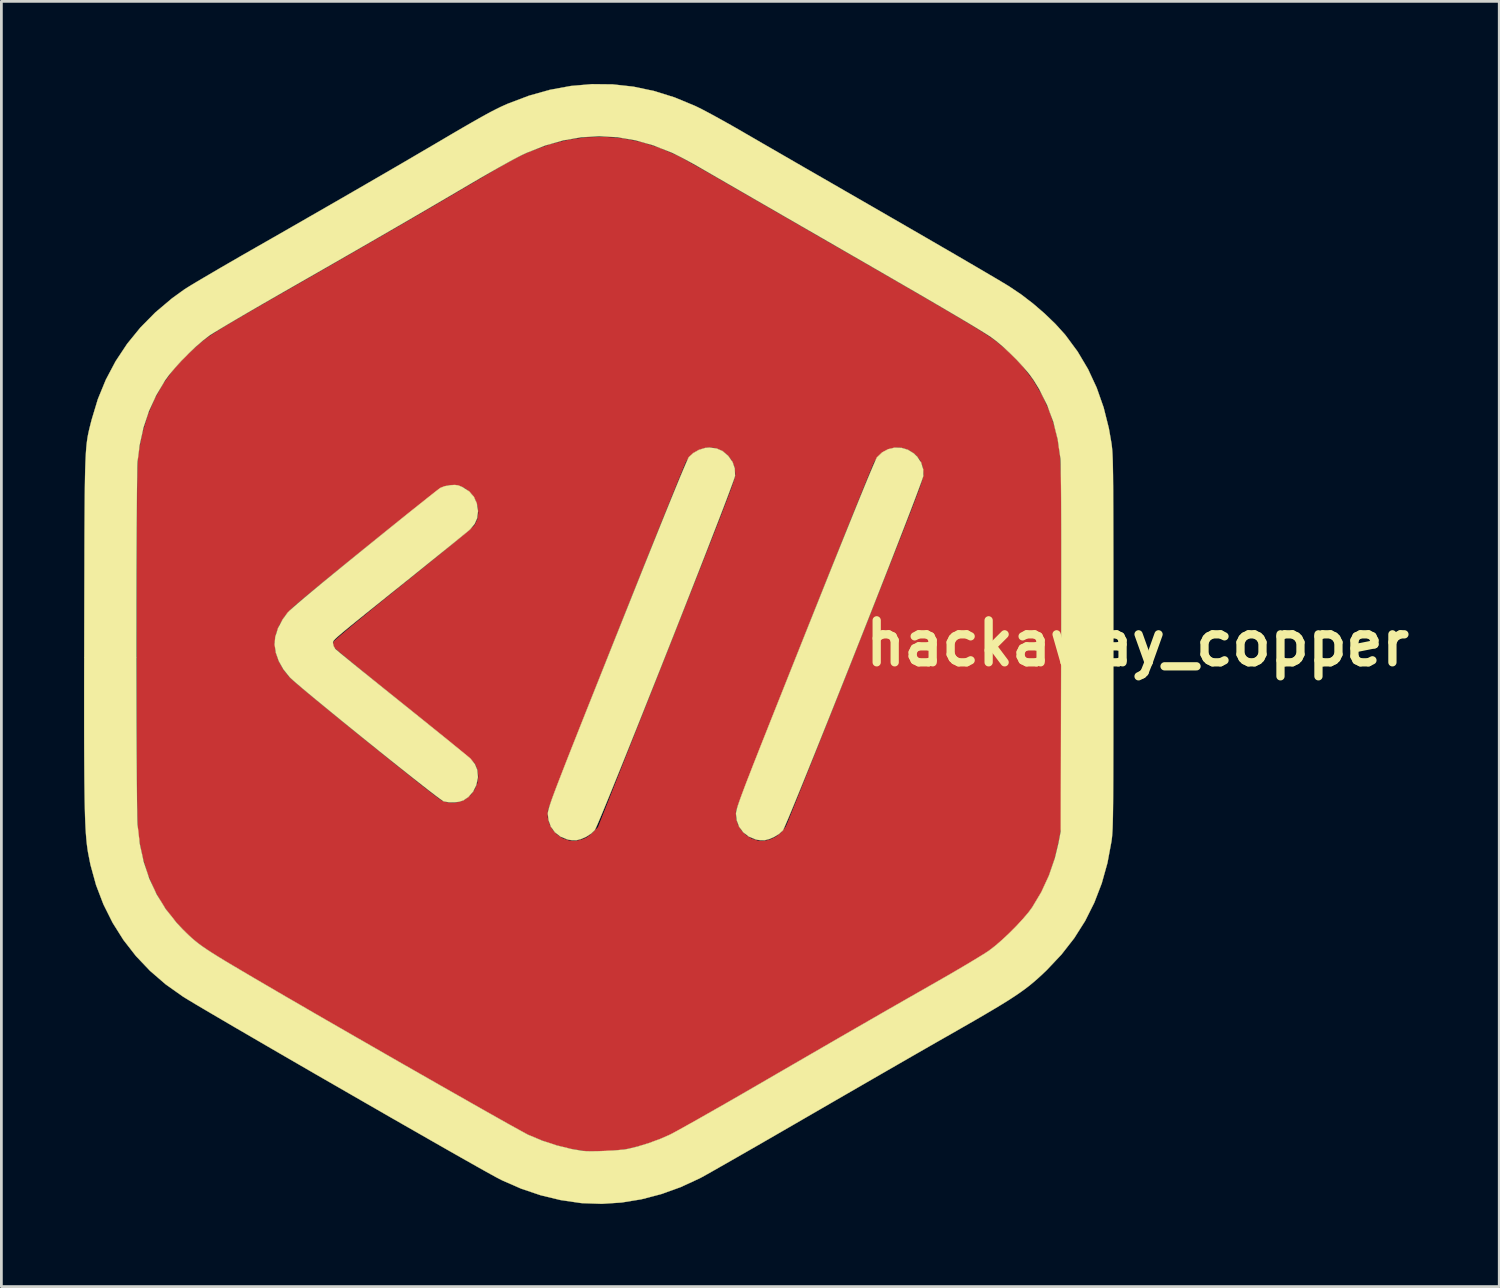
<source format=kicad_pcb>
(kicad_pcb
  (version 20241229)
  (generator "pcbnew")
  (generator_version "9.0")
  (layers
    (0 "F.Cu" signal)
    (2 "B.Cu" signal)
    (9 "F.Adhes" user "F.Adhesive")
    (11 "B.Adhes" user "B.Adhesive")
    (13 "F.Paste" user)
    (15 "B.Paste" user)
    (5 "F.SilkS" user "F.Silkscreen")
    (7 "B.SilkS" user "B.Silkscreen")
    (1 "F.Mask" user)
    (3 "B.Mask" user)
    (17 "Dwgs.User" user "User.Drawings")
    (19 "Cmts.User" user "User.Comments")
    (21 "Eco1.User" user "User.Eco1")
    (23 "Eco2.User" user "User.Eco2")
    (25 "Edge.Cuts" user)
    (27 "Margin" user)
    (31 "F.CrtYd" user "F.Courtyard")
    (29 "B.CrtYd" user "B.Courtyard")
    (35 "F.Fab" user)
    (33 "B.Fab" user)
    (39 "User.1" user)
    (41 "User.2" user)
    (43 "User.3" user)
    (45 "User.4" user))
  (footprint "hackaway_copper"
    (layer "F.Cu")
    (at 38.249 20.306)
    (property "Reference" "hackaway_copper" (at 0 0 0) (layer "F.SilkS") (effects (font (size 1.524 1.524) (thickness 0.3))))
    (attr through_hole)
    (fp_poly (pts (xy -8.574 -7.098) (xy -8.339 -7.028) (xy -8.123 -6.896) (xy -7.999 -6.777) (xy -7.856 -6.562) (xy -7.784 -6.321) (xy -7.778 -6.08) (xy -7.794 -6.021) (xy -7.836 -5.897) (xy -7.903 -5.713) (xy -7.992 -5.472) (xy -8.102 -5.179) (xy -8.232 -4.838) (xy -8.38 -4.454) (xy -8.544 -4.03) (xy -8.722 -3.572) (xy -8.912 -3.083) (xy -9.114 -2.567) (xy -9.325 -2.029) (xy -9.543 -1.474) (xy -9.767 -0.905) (xy -9.996 -0.326) (xy -10.227 0.257) (xy -10.458 0.841) (xy -10.689 1.422) (xy -10.917 1.995) (xy -11.14 2.555) (xy -11.358 3.099) (xy -11.568 3.623) (xy -11.768 4.121) (xy -11.958 4.591) (xy -12.134 5.026) (xy -12.296 5.424) (xy -12.442 5.78) (xy -12.57 6.09) (xy -12.678 6.349) (xy -12.765 6.552) (xy -12.829 6.697) (xy -12.869 6.778) (xy -12.877 6.793) (xy -13.007 6.913) (xy -13.181 7.023) (xy -13.372 7.107) (xy -13.54 7.149) (xy -13.671 7.151) (xy -13.82 7.131) (xy -13.87 7.119) (xy -14.116 7.016) (xy -14.317 6.859) (xy -14.466 6.657) (xy -14.555 6.419) (xy -14.579 6.189) (xy -14.577 6.157) (xy -14.572 6.12) (xy -14.563 6.074) (xy -14.548 6.015) (xy -14.527 5.942) (xy -14.497 5.85) (xy -14.458 5.738) (xy -14.409 5.601) (xy -14.348 5.437) (xy -14.275 5.242) (xy -14.188 5.014) (xy -14.085 4.75) (xy -13.967 4.446) (xy -13.83 4.099) (xy -13.676 3.707) (xy -13.501 3.266) (xy -13.306 2.773) (xy -13.088 2.225) (xy -12.847 1.619) (xy -12.582 0.952) (xy -12.291 0.221) (xy -12.07 -0.334) (xy -11.715 -1.224) (xy -11.386 -2.048) (xy -11.082 -2.808) (xy -10.803 -3.502) (xy -10.55 -4.13) (xy -10.323 -4.692) (xy -10.122 -5.188) (xy -9.947 -5.616) (xy -9.799 -5.977) (xy -9.676 -6.27) (xy -9.581 -6.494) (xy -9.512 -6.65) (xy -9.47 -6.738) (xy -9.459 -6.755) (xy -9.271 -6.933) (xy -9.052 -7.05) (xy -8.816 -7.105) (xy -8.574 -7.098)) (stroke (width 0.01) (type solid)) (fill yes) (layer "F.SilkS"))
    (fp_poly (pts (xy -15.292 -7.077) (xy -15.074 -6.985) (xy -14.879 -6.824) (xy -14.853 -6.796) (xy -14.703 -6.583) (xy -14.623 -6.352) (xy -14.612 -6.094) (xy -14.613 -6.08) (xy -14.629 -6.021) (xy -14.671 -5.898) (xy -14.738 -5.714) (xy -14.827 -5.473) (xy -14.937 -5.18) (xy -15.067 -4.839) (xy -15.215 -4.455) (xy -15.379 -4.032) (xy -15.557 -3.573) (xy -15.747 -3.084) (xy -15.949 -2.568) (xy -16.16 -2.03) (xy -16.378 -1.475) (xy -16.602 -0.906) (xy -16.83 -0.327) (xy -17.061 0.256) (xy -17.292 0.84) (xy -17.523 1.421) (xy -17.751 1.993) (xy -17.974 2.554) (xy -18.191 3.097) (xy -18.401 3.621) (xy -18.601 4.119) (xy -18.79 4.587) (xy -18.967 5.022) (xy -19.128 5.42) (xy -19.274 5.775) (xy -19.401 6.083) (xy -19.509 6.341) (xy -19.595 6.544) (xy -19.659 6.687) (xy -19.697 6.766) (xy -19.705 6.779) (xy -19.838 6.908) (xy -20.017 7.024) (xy -20.214 7.11) (xy -20.376 7.149) (xy -20.506 7.151) (xy -20.655 7.131) (xy -20.706 7.119) (xy -20.954 7.016) (xy -21.154 6.859) (xy -21.301 6.656) (xy -21.388 6.415) (xy -21.41 6.194) (xy -21.409 6.163) (xy -21.405 6.127) (xy -21.397 6.083) (xy -21.384 6.029) (xy -21.365 5.961) (xy -21.338 5.876) (xy -21.303 5.771) (xy -21.258 5.644) (xy -21.201 5.49) (xy -21.133 5.308) (xy -21.051 5.093) (xy -20.954 4.843) (xy -20.842 4.554) (xy -20.713 4.224) (xy -20.566 3.85) (xy -20.399 3.428) (xy -20.212 2.956) (xy -20.003 2.429) (xy -19.771 1.846) (xy -19.515 1.203) (xy -19.234 0.497) (xy -18.927 -0.275) (xy -18.902 -0.336) (xy -18.543 -1.237) (xy -18.21 -2.071) (xy -17.904 -2.837) (xy -17.623 -3.536) (xy -17.369 -4.167) (xy -17.142 -4.73) (xy -16.941 -5.224) (xy -16.767 -5.65) (xy -16.62 -6.008) (xy -16.499 -6.296) (xy -16.405 -6.516) (xy -16.338 -6.667) (xy -16.299 -6.748) (xy -16.291 -6.761) (xy -16.128 -6.91) (xy -15.921 -7.026) (xy -15.696 -7.094) (xy -15.548 -7.108) (xy -15.292 -7.077)) (stroke (width 0.01) (type solid)) (fill yes) (layer "F.SilkS"))
    (fp_poly (pts (xy -24.671 -5.735) (xy -24.556 -5.694) (xy -24.488 -5.662) (xy -24.263 -5.514) (xy -24.095 -5.319) (xy -23.989 -5.084) (xy -23.946 -4.814) (xy -23.946 -4.781) (xy -23.975 -4.543) (xy -24.067 -4.334) (xy -24.229 -4.142) (xy -24.246 -4.126) (xy -24.301 -4.079) (xy -24.41 -3.989) (xy -24.568 -3.86) (xy -24.768 -3.696) (xy -25.007 -3.502) (xy -25.28 -3.282) (xy -25.58 -3.04) (xy -25.904 -2.779) (xy -26.246 -2.503) (xy -26.574 -2.24) (xy -27.026 -1.878) (xy -27.423 -1.559) (xy -27.769 -1.282) (xy -28.067 -1.042) (xy -28.321 -0.837) (xy -28.535 -0.664) (xy -28.711 -0.519) (xy -28.854 -0.401) (xy -28.967 -0.305) (xy -29.053 -0.23) (xy -29.117 -0.171) (xy -29.16 -0.126) (xy -29.188 -0.093) (xy -29.204 -0.067) (xy -29.21 -0.046) (xy -29.211 -0.027) (xy -29.21 -0.007) (xy -29.21 0.000256) (xy -29.185 0.105) (xy -29.126 0.202) (xy -29.084 0.239) (xy -28.989 0.32) (xy -28.844 0.44) (xy -28.654 0.595) (xy -28.425 0.782) (xy -28.16 0.997) (xy -27.864 1.236) (xy -27.542 1.496) (xy -27.198 1.773) (xy -26.837 2.063) (xy -26.707 2.167) (xy -26.339 2.463) (xy -25.985 2.747) (xy -25.65 3.018) (xy -25.338 3.27) (xy -25.054 3.499) (xy -24.804 3.703) (xy -24.591 3.877) (xy -24.421 4.016) (xy -24.298 4.118) (xy -24.227 4.179) (xy -24.216 4.189) (xy -24.058 4.383) (xy -23.969 4.599) (xy -23.948 4.845) (xy -23.95 4.883) (xy -24.005 5.146) (xy -24.121 5.381) (xy -24.291 5.576) (xy -24.474 5.701) (xy -24.622 5.75) (xy -24.809 5.774) (xy -25.003 5.771) (xy -25.171 5.741) (xy -25.196 5.733) (xy -25.249 5.7) (xy -25.355 5.624) (xy -25.509 5.509) (xy -25.705 5.359) (xy -25.938 5.177) (xy -26.204 4.968) (xy -26.498 4.736) (xy -26.813 4.486) (xy -27.146 4.22) (xy -27.492 3.943) (xy -27.844 3.66) (xy -28.199 3.374) (xy -28.551 3.089) (xy -28.895 2.81) (xy -29.225 2.54) (xy -29.538 2.283) (xy -29.828 2.045) (xy -30.09 1.828) (xy -30.318 1.637) (xy -30.508 1.475) (xy -30.655 1.348) (xy -30.754 1.258) (xy -30.788 1.224) (xy -31.015 0.938) (xy -31.183 0.638) (xy -31.288 0.333) (xy -31.329 0.032) (xy -31.306 -0.233) (xy -31.204 -0.555) (xy -31.033 -0.875) (xy -30.858 -1.112) (xy -30.788 -1.183) (xy -30.661 -1.299) (xy -30.475 -1.461) (xy -30.232 -1.667) (xy -29.932 -1.918) (xy -29.576 -2.213) (xy -29.163 -2.551) (xy -28.695 -2.933) (xy -28.171 -3.358) (xy -28.058 -3.449) (xy -27.671 -3.762) (xy -27.298 -4.063) (xy -26.943 -4.349) (xy -26.612 -4.615) (xy -26.308 -4.858) (xy -26.036 -5.075) (xy -25.801 -5.262) (xy -25.606 -5.416) (xy -25.456 -5.534) (xy -25.355 -5.611) (xy -25.309 -5.644) (xy -25.162 -5.703) (xy -24.973 -5.739) (xy -24.933 -5.743) (xy -24.784 -5.75) (xy -24.671 -5.735)) (stroke (width 0.01) (type solid)) (fill yes) (layer "F.SilkS"))
    (fp_poly (pts (xy -19.055 -20.293) (xy -18.302 -20.21) (xy -17.553 -20.052) (xy -16.809 -19.82) (xy -16.071 -19.514) (xy -15.968 -19.465) (xy -15.802 -19.382) (xy -15.584 -19.267) (xy -15.329 -19.129) (xy -15.049 -18.974) (xy -14.758 -18.811) (xy -14.469 -18.646) (xy -14.381 -18.595) (xy -14.185 -18.481) (xy -13.93 -18.334) (xy -13.626 -18.157) (xy -13.277 -17.956) (xy -12.892 -17.734) (xy -12.477 -17.494) (xy -12.039 -17.241) (xy -11.585 -16.98) (xy -11.123 -16.714) (xy -10.659 -16.446) (xy -10.365 -16.277) (xy -9.631 -15.854) (xy -8.938 -15.454) (xy -8.287 -15.078) (xy -7.68 -14.727) (xy -7.121 -14.403) (xy -6.61 -14.107) (xy -6.151 -13.839) (xy -5.745 -13.602) (xy -5.395 -13.396) (xy -5.102 -13.224) (xy -4.87 -13.085) (xy -4.699 -12.982) (xy -4.66 -12.958) (xy -4.227 -12.667) (xy -3.792 -12.333) (xy -3.371 -11.97) (xy -2.982 -11.595) (xy -2.646 -11.224) (xy -2.612 -11.183) (xy -2.175 -10.591) (xy -1.798 -9.956) (xy -1.484 -9.28) (xy -1.232 -8.564) (xy -1.042 -7.808) (xy -0.947 -7.263) (xy -0.939 -7.2) (xy -0.931 -7.135) (xy -0.924 -7.063) (xy -0.917 -6.982) (xy -0.911 -6.888) (xy -0.906 -6.777) (xy -0.901 -6.647) (xy -0.897 -6.493) (xy -0.894 -6.312) (xy -0.89 -6.101) (xy -0.888 -5.856) (xy -0.885 -5.575) (xy -0.884 -5.252) (xy -0.882 -4.886) (xy -0.881 -4.472) (xy -0.88 -4.007) (xy -0.879 -3.488) (xy -0.878 -2.911) (xy -0.878 -2.273) (xy -0.878 -1.57) (xy -0.878 -0.799) (xy -0.878 -0.037) (xy -0.878 0.798) (xy -0.878 1.563) (xy -0.878 2.26) (xy -0.879 2.892) (xy -0.879 3.464) (xy -0.88 3.978) (xy -0.881 4.438) (xy -0.882 4.847) (xy -0.884 5.209) (xy -0.886 5.528) (xy -0.888 5.806) (xy -0.891 6.047) (xy -0.894 6.255) (xy -0.898 6.433) (xy -0.902 6.585) (xy -0.906 6.714) (xy -0.912 6.823) (xy -0.918 6.915) (xy -0.924 6.996) (xy -0.931 7.066) (xy -0.939 7.131) (xy -0.947 7.188) (xy -1.093 7.972) (xy -1.3 8.713) (xy -1.57 9.414) (xy -1.902 10.077) (xy -2.299 10.704) (xy -2.761 11.296) (xy -3.29 11.857) (xy -3.329 11.895) (xy -3.483 12.041) (xy -3.631 12.176) (xy -3.777 12.303) (xy -3.927 12.427) (xy -4.087 12.549) (xy -4.261 12.675) (xy -4.456 12.808) (xy -4.676 12.951) (xy -4.927 13.107) (xy -5.214 13.28) (xy -5.542 13.474) (xy -5.918 13.693) (xy -6.346 13.938) (xy -6.831 14.216) (xy -7.06 14.346) (xy -7.291 14.477) (xy -7.58 14.643) (xy -7.92 14.838) (xy -8.305 15.059) (xy -8.728 15.303) (xy -9.182 15.564) (xy -9.66 15.84) (xy -10.157 16.127) (xy -10.665 16.42) (xy -11.177 16.716) (xy -11.688 17.012) (xy -11.972 17.176) (xy -12.452 17.454) (xy -12.921 17.725) (xy -13.373 17.986) (xy -13.803 18.234) (xy -14.208 18.466) (xy -14.581 18.68) (xy -14.919 18.873) (xy -15.216 19.042) (xy -15.467 19.185) (xy -15.668 19.298) (xy -15.814 19.379) (xy -15.898 19.424) (xy -16.592 19.744) (xy -17.3 19.998) (xy -18.017 20.185) (xy -18.735 20.302) (xy -19.449 20.349) (xy -20.153 20.325) (xy -20.227 20.318) (xy -20.947 20.212) (xy -21.669 20.038) (xy -22.378 19.799) (xy -23.059 19.501) (xy -23.169 19.445) (xy -23.295 19.379) (xy -23.48 19.277) (xy -23.72 19.144) (xy -24.012 18.98) (xy -24.35 18.789) (xy -24.73 18.574) (xy -25.148 18.336) (xy -25.598 18.079) (xy -26.077 17.805) (xy -26.581 17.517) (xy -27.103 17.218) (xy -27.64 16.909) (xy -28.188 16.594) (xy -28.742 16.275) (xy -29.297 15.955) (xy -29.85 15.637) (xy -30.394 15.322) (xy -30.926 15.014) (xy -31.442 14.715) (xy -31.937 14.427) (xy -32.406 14.154) (xy -32.845 13.899) (xy -33.249 13.662) (xy -33.614 13.448) (xy -33.935 13.259) (xy -34.209 13.097) (xy -34.429 12.965) (xy -34.592 12.865) (xy -34.664 12.82) (xy -35.287 12.379) (xy -35.855 11.888) (xy -36.366 11.35) (xy -36.819 10.767) (xy -37.212 10.142) (xy -37.544 9.477) (xy -37.812 8.775) (xy -38.015 8.038) (xy -38.101 7.601) (xy -38.12 7.484) (xy -38.137 7.359) (xy -38.153 7.225) (xy -38.167 7.076) (xy -38.18 6.911) (xy -38.192 6.725) (xy -38.202 6.515) (xy -38.211 6.277) (xy -38.218 6.009) (xy -38.225 5.706) (xy -38.23 5.365) (xy -38.235 4.984) (xy -38.238 4.558) (xy -38.241 4.083) (xy -38.243 3.558) (xy -38.244 2.977) (xy -38.244 2.338) (xy -38.244 1.637) (xy -38.243 0.871) (xy -38.241 0.037) (xy -38.241 -0.123) (xy -36.345 -0.123) (xy -36.345 0.501) (xy -36.344 1.12) (xy -36.343 1.731) (xy -36.342 2.328) (xy -36.341 2.906) (xy -36.339 3.461) (xy -36.337 3.987) (xy -36.334 4.479) (xy -36.332 4.933) (xy -36.328 5.344) (xy -36.325 5.706) (xy -36.321 6.015) (xy -36.317 6.267) (xy -36.312 6.455) (xy -36.307 6.575) (xy -36.306 6.589) (xy -36.225 7.282) (xy -36.083 7.931) (xy -35.881 8.539) (xy -35.616 9.108) (xy -35.289 9.639) (xy -34.898 10.134) (xy -34.664 10.384) (xy -34.547 10.5) (xy -34.438 10.605) (xy -34.33 10.704) (xy -34.217 10.8) (xy -34.095 10.897) (xy -33.957 10.998) (xy -33.799 11.107) (xy -33.615 11.227) (xy -33.399 11.363) (xy -33.146 11.518) (xy -32.85 11.695) (xy -32.507 11.898) (xy -32.11 12.132) (xy -31.654 12.399) (xy -31.629 12.413) (xy -31.243 12.639) (xy -30.824 12.883) (xy -30.376 13.142) (xy -29.904 13.416) (xy -29.412 13.7) (xy -28.904 13.992) (xy -28.385 14.291) (xy -27.859 14.593) (xy -27.331 14.896) (xy -26.805 15.198) (xy -26.285 15.495) (xy -25.775 15.786) (xy -25.281 16.068) (xy -24.806 16.338) (xy -24.355 16.594) (xy -23.933 16.834) (xy -23.542 17.055) (xy -23.189 17.254) (xy -22.878 17.429) (xy -22.612 17.577) (xy -22.396 17.696) (xy -22.235 17.784) (xy -22.132 17.838) (xy -22.113 17.847) (xy -21.618 18.054) (xy -21.09 18.227) (xy -20.56 18.358) (xy -20.133 18.429) (xy -19.992 18.439) (xy -19.796 18.441) (xy -19.563 18.437) (xy -19.311 18.428) (xy -19.061 18.415) (xy -18.83 18.397) (xy -18.637 18.376) (xy -18.527 18.359) (xy -18.146 18.268) (xy -17.736 18.142) (xy -17.327 17.991) (xy -16.977 17.838) (xy -16.882 17.789) (xy -16.728 17.706) (xy -16.521 17.592) (xy -16.266 17.449) (xy -15.968 17.282) (xy -15.635 17.092) (xy -15.27 16.884) (xy -14.879 16.661) (xy -14.469 16.425) (xy -14.045 16.18) (xy -13.765 16.018) (xy -13.076 15.618) (xy -12.445 15.253) (xy -11.867 14.918) (xy -11.334 14.61) (xy -10.842 14.325) (xy -10.382 14.06) (xy -9.95 13.811) (xy -9.54 13.575) (xy -9.144 13.347) (xy -8.756 13.125) (xy -8.372 12.905) (xy -7.983 12.683) (xy -7.585 12.456) (xy -7.228 12.252) (xy -6.91 12.07) (xy -6.598 11.889) (xy -6.302 11.715) (xy -6.03 11.553) (xy -5.792 11.409) (xy -5.596 11.288) (xy -5.452 11.195) (xy -5.397 11.158) (xy -5.17 10.984) (xy -4.92 10.768) (xy -4.66 10.525) (xy -4.406 10.27) (xy -4.171 10.016) (xy -3.969 9.778) (xy -3.823 9.581) (xy -3.493 9.029) (xy -3.218 8.432) (xy -3.003 7.803) (xy -2.869 7.244) (xy -2.787 6.817) (xy -2.774 0.261) (xy -2.772 -0.681) (xy -2.771 -1.55) (xy -2.77 -2.347) (xy -2.77 -3.074) (xy -2.77 -3.73) (xy -2.771 -4.319) (xy -2.773 -4.841) (xy -2.775 -5.296) (xy -2.778 -5.688) (xy -2.782 -6.016) (xy -2.786 -6.283) (xy -2.79 -6.489) (xy -2.795 -6.636) (xy -2.801 -6.721) (xy -2.898 -7.4) (xy -3.058 -8.04) (xy -3.282 -8.647) (xy -3.572 -9.227) (xy -3.781 -9.567) (xy -3.939 -9.784) (xy -4.145 -10.028) (xy -4.382 -10.285) (xy -4.637 -10.539) (xy -4.894 -10.777) (xy -5.139 -10.982) (xy -5.324 -11.119) (xy -5.445 -11.199) (xy -5.608 -11.301) (xy -5.813 -11.428) (xy -6.064 -11.58) (xy -6.363 -11.758) (xy -6.712 -11.964) (xy -7.113 -12.2) (xy -7.568 -12.466) (xy -8.08 -12.764) (xy -8.651 -13.094) (xy -9.283 -13.46) (xy -9.842 -13.783) (xy -10.682 -14.267) (xy -11.458 -14.715) (xy -12.171 -15.126) (xy -12.822 -15.501) (xy -13.412 -15.842) (xy -13.942 -16.147) (xy -14.412 -16.419) (xy -14.824 -16.657) (xy -15.179 -16.862) (xy -15.477 -17.034) (xy -15.72 -17.174) (xy -15.908 -17.283) (xy -15.95 -17.307) (xy -16.173 -17.433) (xy -16.409 -17.561) (xy -16.636 -17.68) (xy -16.833 -17.778) (xy -16.921 -17.819) (xy -17.578 -18.078) (xy -18.232 -18.263) (xy -18.885 -18.374) (xy -19.538 -18.41) (xy -20.191 -18.373) (xy -20.847 -18.26) (xy -21.506 -18.073) (xy -22.169 -17.812) (xy -22.356 -17.726) (xy -22.496 -17.655) (xy -22.691 -17.552) (xy -22.929 -17.421) (xy -23.201 -17.269) (xy -23.497 -17.101) (xy -23.807 -16.923) (xy -24.12 -16.74) (xy -24.205 -16.69) (xy -24.849 -16.312) (xy -25.527 -15.915) (xy -26.244 -15.497) (xy -27.003 -15.057) (xy -27.809 -14.591) (xy -28.667 -14.097) (xy -29.579 -13.573) (xy -30.551 -13.017) (xy -31.012 -12.753) (xy -31.407 -12.526) (xy -31.791 -12.305) (xy -32.157 -12.093) (xy -32.5 -11.893) (xy -32.813 -11.709) (xy -33.09 -11.545) (xy -33.325 -11.404) (xy -33.512 -11.291) (xy -33.644 -11.208) (xy -33.701 -11.17) (xy -33.931 -10.993) (xy -34.186 -10.773) (xy -34.45 -10.523) (xy -34.71 -10.26) (xy -34.95 -9.996) (xy -35.158 -9.747) (xy -35.307 -9.543) (xy -35.63 -8.999) (xy -35.89 -8.432) (xy -36.089 -7.833) (xy -36.229 -7.195) (xy -36.305 -6.611) (xy -36.31 -6.518) (xy -36.315 -6.355) (xy -36.319 -6.127) (xy -36.323 -5.839) (xy -36.327 -5.497) (xy -36.33 -5.104) (xy -36.333 -4.665) (xy -36.336 -4.187) (xy -36.338 -3.673) (xy -36.34 -3.129) (xy -36.342 -2.559) (xy -36.343 -1.969) (xy -36.344 -1.363) (xy -36.344 -0.746) (xy -36.345 -0.123) (xy -38.241 -0.123) (xy -38.24 -0.654) (xy -38.238 -1.466) (xy -38.236 -2.208) (xy -38.234 -2.882) (xy -38.233 -3.493) (xy -38.231 -4.044) (xy -38.228 -4.539) (xy -38.225 -4.982) (xy -38.222 -5.376) (xy -38.217 -5.725) (xy -38.212 -6.034) (xy -38.206 -6.305) (xy -38.198 -6.543) (xy -38.189 -6.75) (xy -38.179 -6.932) (xy -38.167 -7.092) (xy -38.154 -7.232) (xy -38.138 -7.358) (xy -38.121 -7.473) (xy -38.101 -7.581) (xy -38.079 -7.685) (xy -38.055 -7.789) (xy -38.028 -7.897) (xy -37.999 -8.012) (xy -37.97 -8.124) (xy -37.746 -8.866) (xy -37.456 -9.572) (xy -37.102 -10.241) (xy -36.684 -10.872) (xy -36.203 -11.463) (xy -35.659 -12.014) (xy -35.054 -12.525) (xy -34.608 -12.847) (xy -34.511 -12.909) (xy -34.356 -13.005) (xy -34.149 -13.129) (xy -33.896 -13.279) (xy -33.604 -13.45) (xy -33.28 -13.64) (xy -32.929 -13.843) (xy -32.559 -14.057) (xy -32.175 -14.277) (xy -31.993 -14.381) (xy -30.957 -14.973) (xy -29.984 -15.532) (xy -29.069 -16.058) (xy -28.21 -16.554) (xy -27.402 -17.022) (xy -26.642 -17.464) (xy -25.927 -17.883) (xy -25.291 -18.256) (xy -24.867 -18.506) (xy -24.5 -18.72) (xy -24.183 -18.903) (xy -23.91 -19.058) (xy -23.675 -19.189) (xy -23.47 -19.3) (xy -23.288 -19.393) (xy -23.125 -19.473) (xy -22.972 -19.543) (xy -22.865 -19.59) (xy -22.099 -19.88) (xy -21.335 -20.095) (xy -20.572 -20.235) (xy -19.812 -20.301) (xy -19.055 -20.293)) (stroke (width 0.01) (type solid)) (fill yes) (layer "F.SilkS"))
    (pad "1" smd custom (at -19.5 -16.85) (size 1.524 1.524) (layers "F.Cu" "F.Mask") (options (anchor circle)) (primitives (gr_poly (pts (xy 0.805 -1.479) (xy 1.464 -1.348) (xy 2.12 -1.142) (xy 2.773 -0.862) (xy 2.849 -0.824) (xy 2.933 -0.779) (xy 3.075 -0.701) (xy 3.267 -0.593) (xy 3.503 -0.46) (xy 3.776 -0.305) (xy 4.077 -0.133) (xy 4.401 0.053) (xy 4.74 0.249) (xy 4.916 0.35) (xy 5.308 0.577) (xy 5.751 0.832) (xy 6.229 1.108) (xy 6.727 1.395) (xy 7.233 1.686) (xy 7.729 1.973) (xy 8.203 2.246) (xy 8.639 2.497) (xy 8.707 2.536) (xy 9.418 2.945) (xy 10.066 3.319) (xy 10.656 3.659) (xy 11.189 3.968) (xy 11.67 4.247) (xy 12.101 4.498) (xy 12.484 4.723) (xy 12.824 4.923) (xy 13.122 5.1) (xy 13.383 5.256) (xy 13.609 5.394) (xy 13.802 5.513) (xy 13.967 5.618) (xy 14.105 5.708) (xy 14.221 5.786) (xy 14.316 5.854) (xy 14.343 5.874) (xy 14.852 6.299) (xy 15.305 6.773) (xy 15.699 7.29) (xy 16.032 7.848) (xy 16.302 8.441) (xy 16.506 9.067) (xy 16.586 9.41) (xy 16.605 9.508) (xy 16.623 9.606) (xy 16.639 9.708) (xy 16.653 9.816) (xy 16.667 9.935) (xy 16.678 10.067) (xy 16.689 10.218) (xy 16.698 10.389) (xy 16.706 10.584) (xy 16.713 10.808) (xy 16.718 11.063) (xy 16.723 11.353) (xy 16.727 11.681) (xy 16.73 12.052) (xy 16.732 12.468) (xy 16.733 12.933) (xy 16.734 13.45) (xy 16.734 14.024) (xy 16.734 14.657) (xy 16.733 15.353) (xy 16.731 16.116) (xy 16.73 16.949) (xy 16.729 17.234) (xy 16.715 23.603) (xy 16.632 24.032) (xy 16.476 24.698) (xy 16.272 25.31) (xy 16.015 25.874) (xy 15.703 26.398) (xy 15.332 26.886) (xy 14.898 27.346) (xy 14.525 27.679) (xy 14.38 27.798) (xy 14.241 27.907) (xy 14.099 28.012) (xy 13.945 28.118) (xy 13.771 28.231) (xy 13.569 28.356) (xy 13.33 28.498) (xy 13.046 28.663) (xy 12.708 28.856) (xy 12.554 28.944) (xy 12.128 29.187) (xy 11.679 29.442) (xy 11.204 29.714) (xy 10.699 30.004) (xy 10.159 30.314) (xy 9.579 30.647) (xy 8.957 31.006) (xy 8.288 31.392) (xy 7.567 31.809) (xy 6.79 32.258) (xy 5.953 32.742) (xy 5.869 32.791) (xy 5.445 33.036) (xy 5.036 33.273) (xy 4.647 33.498) (xy 4.284 33.708) (xy 3.95 33.9) (xy 3.652 34.072) (xy 3.395 34.221) (xy 3.183 34.343) (xy 3.023 34.435) (xy 2.918 34.495) (xy 2.88 34.516) (xy 2.442 34.734) (xy 1.959 34.927) (xy 1.464 35.087) (xy 0.997 35.199) (xy 0.789 35.231) (xy 0.54 35.259) (xy 0.273 35.281) (xy 0.007 35.295) (xy -0.236 35.3) (xy -0.435 35.295) (xy -0.5 35.289) (xy -1.17 35.184) (xy -1.809 35.014) (xy -2.431 34.777) (xy -2.723 34.641) (xy -2.812 34.594) (xy -2.963 34.512) (xy -3.168 34.398) (xy -3.425 34.254) (xy -3.728 34.083) (xy -4.074 33.888) (xy -4.456 33.672) (xy -4.872 33.436) (xy -5.316 33.183) (xy -5.784 32.917) (xy -6.271 32.639) (xy -6.773 32.353) (xy -7.285 32.06) (xy -7.802 31.763) (xy -8.321 31.466) (xy -8.836 31.17) (xy -9.343 30.878) (xy -9.838 30.594) (xy -10.316 30.318) (xy -10.772 30.054) (xy -11.202 29.805) (xy -11.601 29.574) (xy -11.93 29.382) (xy -12.411 29.1) (xy -12.832 28.853) (xy -13.199 28.636) (xy -13.517 28.445) (xy -13.791 28.278) (xy -14.027 28.131) (xy -14.228 28) (xy -14.402 27.882) (xy -14.553 27.773) (xy -14.686 27.671) (xy -14.807 27.571) (xy -14.92 27.471) (xy -15.031 27.366) (xy -15.123 27.276) (xy -15.539 26.817) (xy -15.895 26.324) (xy -16.192 25.794) (xy -16.432 25.222) (xy -16.619 24.603) (xy -16.754 23.933) (xy -16.756 23.92) (xy -16.765 23.863) (xy -16.772 23.801) (xy -16.779 23.732) (xy -16.786 23.651) (xy -16.791 23.556) (xy -16.796 23.443) (xy -16.801 23.308) (xy -16.805 23.161) (xy -1.921 23.161) (xy -1.864 23.397) (xy -1.749 23.611) (xy -1.586 23.792) (xy -1.384 23.928) (xy -1.15 24.01) (xy -0.983 24.03) (xy -0.881 24.02) (xy -0.746 23.994) (xy -0.669 23.973) (xy -0.52 23.913) (xy -0.382 23.817) (xy -0.28 23.721) (xy -0.089 23.528) (xy 0.141 22.947) (xy 4.913 22.947) (xy 4.916 23.193) (xy 4.984 23.427) (xy 5.108 23.637) (xy 5.278 23.813) (xy 5.486 23.943) (xy 5.721 24.017) (xy 5.853 24.03) (xy 5.957 24.02) (xy 6.091 23.994) (xy 6.153 23.977) (xy 6.364 23.88) (xy 6.556 23.728) (xy 6.707 23.541) (xy 6.743 23.477) (xy 6.766 23.425) (xy 6.815 23.306) (xy 6.888 23.125) (xy 6.984 22.886) (xy 7.103 22.592) (xy 7.241 22.246) (xy 7.399 21.852) (xy 7.573 21.415) (xy 7.764 20.936) (xy 7.969 20.421) (xy 8.187 19.873) (xy 8.417 19.295) (xy 8.657 18.69) (xy 8.906 18.063) (xy 9.161 17.418) (xy 9.281 17.115) (xy 9.587 16.343) (xy 9.866 15.638) (xy 10.12 14.996) (xy 10.35 14.415) (xy 10.557 13.89) (xy 10.743 13.419) (xy 10.908 12.999) (xy 11.053 12.627) (xy 11.181 12.299) (xy 11.292 12.013) (xy 11.387 11.765) (xy 11.467 11.552) (xy 11.534 11.372) (xy 11.589 11.221) (xy 11.633 11.096) (xy 11.667 10.994) (xy 11.693 10.911) (xy 11.711 10.845) (xy 11.723 10.793) (xy 11.73 10.751) (xy 11.733 10.717) (xy 11.733 10.698) (xy 11.702 10.426) (xy 11.607 10.193) (xy 11.451 10.002) (xy 11.256 9.865) (xy 11.116 9.802) (xy 10.969 9.754) (xy 10.902 9.74) (xy 10.676 9.744) (xy 10.446 9.81) (xy 10.233 9.927) (xy 10.053 10.086) (xy 9.939 10.252) (xy 9.908 10.319) (xy 9.853 10.451) (xy 9.774 10.642) (xy 9.673 10.889) (xy 9.552 11.187) (xy 9.413 11.531) (xy 9.258 11.918) (xy 9.087 12.344) (xy 8.903 12.803) (xy 8.708 13.292) (xy 8.503 13.807) (xy 8.29 14.343) (xy 8.07 14.895) (xy 7.845 15.461) (xy 7.618 16.035) (xy 7.389 16.613) (xy 7.16 17.191) (xy 6.933 17.764) (xy 6.71 18.329) (xy 6.493 18.881) (xy 6.282 19.416) (xy 6.08 19.929) (xy 5.889 20.417) (xy 5.709 20.874) (xy 5.544 21.297) (xy 5.394 21.682) (xy 5.261 22.024) (xy 5.147 22.319) (xy 5.054 22.562) (xy 4.983 22.75) (xy 4.936 22.878) (xy 4.914 22.942) (xy 4.913 22.947) (xy 0.141 22.947) (xy 2.408 17.22) (xy 2.717 16.438) (xy 3 15.722) (xy 3.258 15.07) (xy 3.492 14.478) (xy 3.703 13.943) (xy 3.892 13.463) (xy 4.06 13.034) (xy 4.209 12.653) (xy 4.34 12.317) (xy 4.453 12.023) (xy 4.551 11.768) (xy 4.634 11.55) (xy 4.703 11.364) (xy 4.76 11.208) (xy 4.805 11.079) (xy 4.84 10.975) (xy 4.866 10.89) (xy 4.885 10.824) (xy 4.897 10.773) (xy 4.903 10.733) (xy 4.905 10.702) (xy 4.905 10.7) (xy 4.87 10.438) (xy 4.771 10.204) (xy 4.616 10.006) (xy 4.413 9.855) (xy 4.172 9.76) (xy 4.067 9.74) (xy 3.841 9.744) (xy 3.612 9.81) (xy 3.399 9.926) (xy 3.219 10.083) (xy 3.105 10.248) (xy 3.075 10.314) (xy 3.02 10.445) (xy 2.942 10.635) (xy 2.841 10.881) (xy 2.721 11.178) (xy 2.582 11.522) (xy 2.427 11.908) (xy 2.256 12.333) (xy 2.073 12.792) (xy 1.877 13.281) (xy 1.672 13.796) (xy 1.459 14.331) (xy 1.239 14.884) (xy 1.014 15.45) (xy 0.787 16.023) (xy 0.558 16.601) (xy 0.329 17.179) (xy 0.102 17.752) (xy -0.121 18.317) (xy -0.339 18.868) (xy -0.549 19.402) (xy -0.751 19.915) (xy -0.943 20.401) (xy -1.122 20.858) (xy -1.287 21.28) (xy -1.437 21.663) (xy -1.569 22.003) (xy -1.682 22.296) (xy -1.775 22.537) (xy -1.845 22.723) (xy -1.892 22.848) (xy -1.912 22.908) (xy -1.913 22.912) (xy -1.921 23.161) (xy -16.805 23.161) (xy -16.805 23.148) (xy -16.808 22.959) (xy -16.811 22.739) (xy -16.814 22.483) (xy -16.816 22.188) (xy -16.818 21.851) (xy -16.819 21.468) (xy -16.821 21.036) (xy -16.822 20.551) (xy -16.822 20.011) (xy -16.823 19.41) (xy -16.823 18.747) (xy -16.823 18.017) (xy -16.823 17.217) (xy -16.823 16.898) (xy -16.823 16.82) (xy -11.83 16.82) (xy -11.804 17.143) (xy -11.705 17.465) (xy -11.532 17.784) (xy -11.312 18.066) (xy -11.252 18.125) (xy -11.139 18.225) (xy -10.979 18.362) (xy -10.776 18.533) (xy -10.537 18.733) (xy -10.266 18.958) (xy -9.968 19.203) (xy -9.649 19.466) (xy -9.313 19.74) (xy -8.965 20.023) (xy -8.612 20.31) (xy -8.257 20.597) (xy -7.906 20.88) (xy -7.565 21.155) (xy -7.237 21.417) (xy -6.929 21.663) (xy -6.646 21.888) (xy -6.392 22.088) (xy -6.173 22.259) (xy -5.994 22.396) (xy -5.859 22.497) (xy -5.775 22.556) (xy -5.755 22.568) (xy -5.533 22.637) (xy -5.293 22.644) (xy -5.057 22.591) (xy -4.903 22.517) (xy -4.704 22.356) (xy -4.556 22.154) (xy -4.463 21.927) (xy -4.428 21.686) (xy -4.455 21.447) (xy -4.548 21.221) (xy -4.557 21.206) (xy -4.597 21.163) (xy -4.692 21.078) (xy -4.838 20.953) (xy -5.029 20.791) (xy -5.263 20.596) (xy -5.536 20.372) (xy -5.842 20.12) (xy -6.179 19.846) (xy -6.542 19.552) (xy -6.927 19.241) (xy -7.15 19.062) (xy -7.528 18.757) (xy -7.89 18.465) (xy -8.231 18.188) (xy -8.546 17.931) (xy -8.832 17.696) (xy -9.084 17.488) (xy -9.299 17.31) (xy -9.471 17.164) (xy -9.596 17.056) (xy -9.671 16.988) (xy -9.691 16.966) (xy -9.701 16.87) (xy -9.693 16.807) (xy -9.659 16.765) (xy -9.566 16.678) (xy -9.415 16.546) (xy -9.205 16.368) (xy -8.938 16.145) (xy -8.612 15.878) (xy -8.23 15.566) (xy -7.79 15.209) (xy -7.293 14.809) (xy -7.159 14.7) (xy -6.779 14.394) (xy -6.415 14.1) (xy -6.071 13.82) (xy -5.751 13.559) (xy -5.46 13.32) (xy -5.202 13.106) (xy -4.982 12.922) (xy -4.803 12.772) (xy -4.671 12.657) (xy -4.589 12.584) (xy -4.564 12.557) (xy -4.464 12.344) (xy -4.428 12.111) (xy -4.453 11.873) (xy -4.537 11.642) (xy -4.675 11.431) (xy -4.864 11.253) (xy -4.881 11.241) (xy -4.99 11.175) (xy -5.099 11.138) (xy -5.241 11.118) (xy -5.299 11.115) (xy -5.458 11.111) (xy -5.579 11.127) (xy -5.698 11.168) (xy -5.755 11.194) (xy -5.81 11.23) (xy -5.918 11.309) (xy -6.074 11.427) (xy -6.272 11.58) (xy -6.508 11.764) (xy -6.775 11.974) (xy -7.069 12.207) (xy -7.385 12.458) (xy -7.717 12.723) (xy -8.061 12.998) (xy -8.411 13.279) (xy -8.762 13.561) (xy -9.109 13.841) (xy -9.447 14.115) (xy -9.771 14.378) (xy -10.074 14.626) (xy -10.353 14.854) (xy -10.603 15.06) (xy -10.817 15.238) (xy -10.991 15.385) (xy -11.119 15.497) (xy -11.195 15.565) (xy -11.464 15.868) (xy -11.66 16.18) (xy -11.782 16.498) (xy -11.83 16.82) (xy -16.823 16.82) (xy -16.823 16.071) (xy -16.823 15.316) (xy -16.823 14.628) (xy -16.822 14.004) (xy -16.822 13.442) (xy -16.821 12.937) (xy -16.82 12.486) (xy -16.819 12.085) (xy -16.817 11.732) (xy -16.815 11.422) (xy -16.812 11.152) (xy -16.81 10.919) (xy -16.806 10.719) (xy -16.803 10.549) (xy -16.798 10.405) (xy -16.793 10.284) (xy -16.788 10.182) (xy -16.782 10.097) (xy -16.775 10.024) (xy -16.768 9.96) (xy -16.76 9.901) (xy -16.756 9.876) (xy -16.618 9.194) (xy -16.427 8.563) (xy -16.178 7.976) (xy -15.87 7.429) (xy -15.5 6.917) (xy -15.065 6.437) (xy -14.562 5.982) (xy -14.532 5.958) (xy -14.449 5.891) (xy -14.364 5.825) (xy -14.273 5.758) (xy -14.171 5.687) (xy -14.054 5.609) (xy -13.917 5.522) (xy -13.756 5.422) (xy -13.567 5.307) (xy -13.344 5.175) (xy -13.083 5.022) (xy -12.78 4.846) (xy -12.43 4.644) (xy -12.029 4.413) (xy -11.571 4.151) (xy -11.054 3.855) (xy -11.052 3.854) (xy -10.128 3.325) (xy -9.264 2.829) (xy -8.456 2.364) (xy -7.699 1.927) (xy -6.987 1.516) (xy -6.316 1.126) (xy -5.681 0.755) (xy -5.077 0.401) (xy -4.515 0.071) (xy -4.162 -0.137) (xy -3.865 -0.312) (xy -3.616 -0.456) (xy -3.407 -0.575) (xy -3.229 -0.673) (xy -3.076 -0.755) (xy -2.939 -0.825) (xy -2.809 -0.886) (xy -2.68 -0.944) (xy -2.542 -1.003) (xy -2.516 -1.014) (xy -1.849 -1.257) (xy -1.184 -1.424) (xy -0.519 -1.517) (xy 0.144 -1.535) (xy 0.805 -1.479)) (width 0.01) (fill yes)))))
  (gr_rect
    (start -3 -3)
    (end 51.38 43.66)
    (stroke (width 0.1) (type default))
    (fill no)
    (layer "Edge.Cuts")))
</source>
